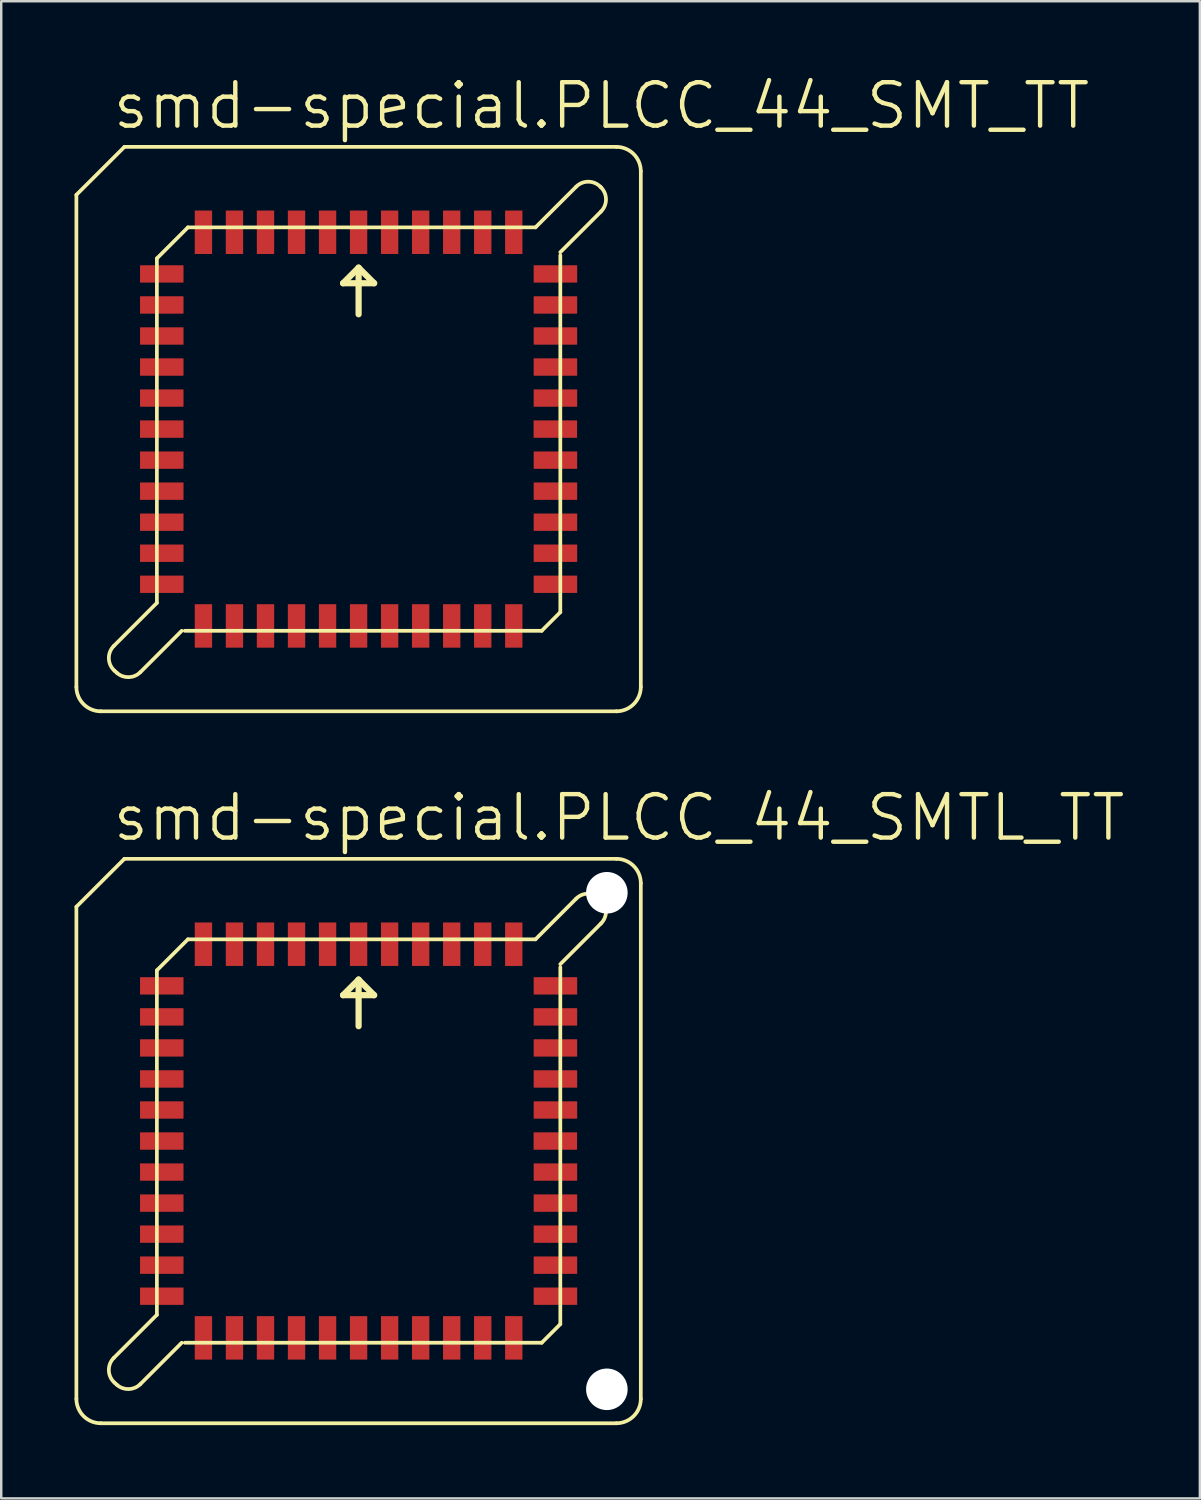
<source format=kicad_pcb>
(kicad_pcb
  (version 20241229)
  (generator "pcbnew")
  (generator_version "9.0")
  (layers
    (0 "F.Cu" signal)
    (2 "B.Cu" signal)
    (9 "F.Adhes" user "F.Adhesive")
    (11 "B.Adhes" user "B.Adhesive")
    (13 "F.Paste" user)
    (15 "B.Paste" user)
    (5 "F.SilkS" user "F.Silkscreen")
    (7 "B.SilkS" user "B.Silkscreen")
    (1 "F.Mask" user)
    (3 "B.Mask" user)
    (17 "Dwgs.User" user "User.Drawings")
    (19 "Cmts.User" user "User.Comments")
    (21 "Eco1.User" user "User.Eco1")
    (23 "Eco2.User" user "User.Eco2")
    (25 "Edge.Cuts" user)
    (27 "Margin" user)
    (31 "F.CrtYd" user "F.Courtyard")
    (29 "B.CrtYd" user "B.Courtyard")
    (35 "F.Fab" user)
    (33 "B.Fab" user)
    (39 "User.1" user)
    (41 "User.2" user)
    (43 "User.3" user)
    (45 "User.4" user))
  (footprint "smd-special.PLCC_44_SMTL_TT"
    (layer "F.Cu")
    (at 11.625 43.645)
    (property "Reference" "smd-special.PLCC_44_SMTL_TT" (at -10.16 -12.192 0) (layer "F.SilkS") (effects (font (size 1.778 1.778) (thickness 0.18)) (justify left bottom)))
    (attr smd)
    (fp_line (start -11.549 -9.587) (end -11.549 10.549) (stroke (width 0.152) (type default)) (layer "F.SilkS"))
    (fp_line (start -10.549 11.549) (end 10.549 11.549) (stroke (width 0.152) (type default)) (layer "F.SilkS"))
    (fp_line (start -10.016 8.873) (end -8.255 7.112) (stroke (width 0.152) (type default)) (layer "F.SilkS"))
    (fp_line (start -9.891 9.976) (end -9.986 9.891) (stroke (width 0.152) (type default)) (layer "F.SilkS"))
    (fp_line (start -9.583 -11.549) (end -11.549 -9.587) (stroke (width 0.152) (type default)) (layer "F.SilkS"))
    (fp_line (start -8.255 -6.985) (end -8.255 7.112) (stroke (width 0.152) (type default)) (layer "F.SilkS"))
    (fp_line (start -7.239 8.255) (end -8.931 9.947) (stroke (width 0.152) (type default)) (layer "F.SilkS"))
    (fp_line (start -7.112 8.255) (end 7.493 8.255) (stroke (width 0.152) (type default)) (layer "F.SilkS"))
    (fp_line (start -6.985 -8.255) (end -8.255 -6.985) (stroke (width 0.152) (type default)) (layer "F.SilkS"))
    (fp_line (start -6.985 -8.255) (end 7.239 -8.255) (stroke (width 0.152) (type default)) (layer "F.SilkS"))
    (fp_line (start -0.635 -5.969) (end 0 -6.604) (stroke (width 0.254) (type default)) (layer "F.SilkS"))
    (fp_line (start 0 -6.604) (end 0 -4.699) (stroke (width 0.254) (type default)) (layer "F.SilkS"))
    (fp_line (start 0 -6.604) (end 0.635 -5.969) (stroke (width 0.254) (type default)) (layer "F.SilkS"))
    (fp_line (start 0.635 -5.969) (end -0.635 -5.969) (stroke (width 0.254) (type default)) (layer "F.SilkS"))
    (fp_line (start 8.255 -7.239) (end 9.919 -8.903) (stroke (width 0.152) (type default)) (layer "F.SilkS"))
    (fp_line (start 8.255 -7.112) (end 8.255 7.493) (stroke (width 0.152) (type default)) (layer "F.SilkS"))
    (fp_line (start 8.255 7.493) (end 7.493 8.255) (stroke (width 0.152) (type default)) (layer "F.SilkS"))
    (fp_line (start 8.903 -9.919) (end 7.239 -8.255) (stroke (width 0.152) (type default)) (layer "F.SilkS"))
    (fp_line (start 9.919 -9.893) (end 9.893 -9.919) (stroke (width 0.152) (type default)) (layer "F.SilkS"))
    (fp_line (start 10.549 -11.549) (end -9.583 -11.549) (stroke (width 0.152) (type default)) (layer "F.SilkS"))
    (fp_line (start 11.549 10.549) (end 11.549 -10.549) (stroke (width 0.152) (type default)) (layer "F.SilkS"))
    (fp_arc (start -10.549 11.549) (mid -11.256107 11.256107) (end -11.549 10.549) (stroke (width 0.1524) (type default)) (layer "F.SilkS"))
    (fp_arc (start -9.9861 9.8912) (mid -10.220734 9.388622) (end -10.0161 8.8731) (stroke (width 0.1524) (type default)) (layer "F.SilkS"))
    (fp_arc (start -8.9313 9.9473) (mid -9.405713 10.151594) (end -9.8913 9.9755) (stroke (width 0.1524) (type default)) (layer "F.SilkS"))
    (fp_arc (start 8.903 -9.919) (mid 9.398 -10.124036) (end 9.893 -9.919) (stroke (width 0.1524) (type default)) (layer "F.SilkS"))
    (fp_arc (start 9.919 -9.893) (mid 10.124036 -9.398) (end 9.919 -8.903) (stroke (width 0.1524) (type default)) (layer "F.SilkS"))
    (fp_arc (start 10.549 -11.549) (mid 11.256107 -11.256107) (end 11.549 -10.549) (stroke (width 0.1524) (type default)) (layer "F.SilkS"))
    (fp_arc (start 11.549 10.549) (mid 11.256107 11.256107) (end 10.549 11.549) (stroke (width 0.1524) (type default)) (layer "F.SilkS"))
    (pad "" np_thru_hole circle (at 10.16 -10.16) (size 1.7 1.7) (drill 1.7) (layers "*.Cu" "*.Mask"))
    (pad "" np_thru_hole circle (at 10.16 10.16) (size 1.7 1.7) (drill 1.7) (layers "*.Cu" "*.Mask"))
    (pad "1" smd roundrect (at 0 -8.055) (size 0.71 1.78) (layers "F.Cu" "F.Mask" "F.Paste") (roundrect_rratio 0.01))
    (pad "2" smd roundrect (at -1.27 -8.055) (size 0.71 1.78) (layers "F.Cu" "F.Mask" "F.Paste") (roundrect_rratio 0.01))
    (pad "3" smd roundrect (at -2.54 -8.055) (size 0.71 1.78) (layers "F.Cu" "F.Mask" "F.Paste") (roundrect_rratio 0.01))
    (pad "4" smd roundrect (at -3.81 -8.055) (size 0.71 1.78) (layers "F.Cu" "F.Mask" "F.Paste") (roundrect_rratio 0.01))
    (pad "5" smd roundrect (at -5.08 -8.055) (size 0.71 1.78) (layers "F.Cu" "F.Mask" "F.Paste") (roundrect_rratio 0.01))
    (pad "6" smd roundrect (at -6.35 -8.055) (size 0.71 1.78) (layers "F.Cu" "F.Mask" "F.Paste") (roundrect_rratio 0.01))
    (pad "7" smd roundrect (at -8.055 -6.35) (size 1.78 0.71) (layers "F.Cu" "F.Mask" "F.Paste") (roundrect_rratio 0.01))
    (pad "8" smd roundrect (at -8.055 -5.08) (size 1.78 0.71) (layers "F.Cu" "F.Mask" "F.Paste") (roundrect_rratio 0.01))
    (pad "9" smd roundrect (at -8.055 -3.81) (size 1.78 0.71) (layers "F.Cu" "F.Mask" "F.Paste") (roundrect_rratio 0.01))
    (pad "10" smd roundrect (at -8.055 -2.54) (size 1.78 0.71) (layers "F.Cu" "F.Mask" "F.Paste") (roundrect_rratio 0.01))
    (pad "11" smd roundrect (at -8.055 -1.27) (size 1.78 0.71) (layers "F.Cu" "F.Mask" "F.Paste") (roundrect_rratio 0.01))
    (pad "12" smd roundrect (at -8.055 0) (size 1.78 0.71) (layers "F.Cu" "F.Mask" "F.Paste") (roundrect_rratio 0.01))
    (pad "13" smd roundrect (at -8.055 1.27) (size 1.78 0.71) (layers "F.Cu" "F.Mask" "F.Paste") (roundrect_rratio 0.01))
    (pad "14" smd roundrect (at -8.055 2.54) (size 1.78 0.71) (layers "F.Cu" "F.Mask" "F.Paste") (roundrect_rratio 0.01))
    (pad "15" smd roundrect (at -8.055 3.81) (size 1.78 0.71) (layers "F.Cu" "F.Mask" "F.Paste") (roundrect_rratio 0.01))
    (pad "16" smd roundrect (at -8.055 5.08) (size 1.78 0.71) (layers "F.Cu" "F.Mask" "F.Paste") (roundrect_rratio 0.01))
    (pad "17" smd roundrect (at -8.055 6.35) (size 1.78 0.71) (layers "F.Cu" "F.Mask" "F.Paste") (roundrect_rratio 0.01))
    (pad "18" smd roundrect (at -6.35 8.055) (size 0.71 1.78) (layers "F.Cu" "F.Mask" "F.Paste") (roundrect_rratio 0.01))
    (pad "19" smd roundrect (at -5.08 8.055) (size 0.71 1.78) (layers "F.Cu" "F.Mask" "F.Paste") (roundrect_rratio 0.01))
    (pad "20" smd roundrect (at -3.81 8.055) (size 0.71 1.78) (layers "F.Cu" "F.Mask" "F.Paste") (roundrect_rratio 0.01))
    (pad "21" smd roundrect (at -2.54 8.055) (size 0.71 1.78) (layers "F.Cu" "F.Mask" "F.Paste") (roundrect_rratio 0.01))
    (pad "22" smd roundrect (at -1.27 8.055) (size 0.71 1.78) (layers "F.Cu" "F.Mask" "F.Paste") (roundrect_rratio 0.01))
    (pad "23" smd roundrect (at 0 8.055) (size 0.71 1.78) (layers "F.Cu" "F.Mask" "F.Paste") (roundrect_rratio 0.01))
    (pad "24" smd roundrect (at 1.27 8.055) (size 0.71 1.78) (layers "F.Cu" "F.Mask" "F.Paste") (roundrect_rratio 0.01))
    (pad "25" smd roundrect (at 2.54 8.055) (size 0.71 1.78) (layers "F.Cu" "F.Mask" "F.Paste") (roundrect_rratio 0.01))
    (pad "26" smd roundrect (at 3.81 8.055) (size 0.71 1.78) (layers "F.Cu" "F.Mask" "F.Paste") (roundrect_rratio 0.01))
    (pad "27" smd roundrect (at 5.08 8.055) (size 0.71 1.78) (layers "F.Cu" "F.Mask" "F.Paste") (roundrect_rratio 0.01))
    (pad "28" smd roundrect (at 6.35 8.055) (size 0.71 1.78) (layers "F.Cu" "F.Mask" "F.Paste") (roundrect_rratio 0.01))
    (pad "29" smd roundrect (at 8.055 6.35) (size 1.78 0.71) (layers "F.Cu" "F.Mask" "F.Paste") (roundrect_rratio 0.01))
    (pad "30" smd roundrect (at 8.055 5.08) (size 1.78 0.71) (layers "F.Cu" "F.Mask" "F.Paste") (roundrect_rratio 0.01))
    (pad "31" smd roundrect (at 8.055 3.81) (size 1.78 0.71) (layers "F.Cu" "F.Mask" "F.Paste") (roundrect_rratio 0.01))
    (pad "32" smd roundrect (at 8.055 2.54) (size 1.78 0.71) (layers "F.Cu" "F.Mask" "F.Paste") (roundrect_rratio 0.01))
    (pad "33" smd roundrect (at 8.055 1.27) (size 1.78 0.71) (layers "F.Cu" "F.Mask" "F.Paste") (roundrect_rratio 0.01))
    (pad "34" smd roundrect (at 8.052 0) (size 1.78 0.71) (layers "F.Cu" "F.Mask" "F.Paste") (roundrect_rratio 0.01))
    (pad "35" smd roundrect (at 8.055 -1.27) (size 1.78 0.71) (layers "F.Cu" "F.Mask" "F.Paste") (roundrect_rratio 0.01))
    (pad "36" smd roundrect (at 8.055 -2.54) (size 1.78 0.71) (layers "F.Cu" "F.Mask" "F.Paste") (roundrect_rratio 0.01))
    (pad "37" smd roundrect (at 8.055 -3.81) (size 1.78 0.71) (layers "F.Cu" "F.Mask" "F.Paste") (roundrect_rratio 0.01))
    (pad "38" smd roundrect (at 8.055 -5.08) (size 1.78 0.71) (layers "F.Cu" "F.Mask" "F.Paste") (roundrect_rratio 0.01))
    (pad "39" smd roundrect (at 8.055 -6.35) (size 1.78 0.71) (layers "F.Cu" "F.Mask" "F.Paste") (roundrect_rratio 0.01))
    (pad "40" smd roundrect (at 6.35 -8.055) (size 0.71 1.78) (layers "F.Cu" "F.Mask" "F.Paste") (roundrect_rratio 0.01))
    (pad "41" smd roundrect (at 5.08 -8.055) (size 0.71 1.78) (layers "F.Cu" "F.Mask" "F.Paste") (roundrect_rratio 0.01))
    (pad "42" smd roundrect (at 3.81 -8.055) (size 0.71 1.78) (layers "F.Cu" "F.Mask" "F.Paste") (roundrect_rratio 0.01))
    (pad "43" smd roundrect (at 2.54 -8.055) (size 0.71 1.78) (layers "F.Cu" "F.Mask" "F.Paste") (roundrect_rratio 0.01))
    (pad "44" smd roundrect (at 1.27 -8.055) (size 0.71 1.78) (layers "F.Cu" "F.Mask" "F.Paste") (roundrect_rratio 0.01)))
  (footprint "smd-special.PLCC_44_SMT_TT"
    (layer "F.Cu")
    (at 11.625 14.51)
    (property "Reference" "smd-special.PLCC_44_SMT_TT" (at -10.16 -12.192 0) (layer "F.SilkS") (effects (font (size 1.778 1.778) (thickness 0.18)) (justify left bottom)))
    (attr smd)
    (fp_line (start -11.549 -9.587) (end -11.549 10.549) (stroke (width 0.152) (type default)) (layer "F.SilkS"))
    (fp_line (start -10.549 11.549) (end 10.549 11.549) (stroke (width 0.152) (type default)) (layer "F.SilkS"))
    (fp_line (start -10.016 8.873) (end -8.255 7.112) (stroke (width 0.152) (type default)) (layer "F.SilkS"))
    (fp_line (start -9.891 9.976) (end -9.986 9.891) (stroke (width 0.152) (type default)) (layer "F.SilkS"))
    (fp_line (start -9.583 -11.549) (end -11.549 -9.587) (stroke (width 0.152) (type default)) (layer "F.SilkS"))
    (fp_line (start -8.255 -6.985) (end -8.255 7.112) (stroke (width 0.152) (type default)) (layer "F.SilkS"))
    (fp_line (start -7.239 8.255) (end -8.931 9.947) (stroke (width 0.152) (type default)) (layer "F.SilkS"))
    (fp_line (start -7.112 8.255) (end 7.493 8.255) (stroke (width 0.152) (type default)) (layer "F.SilkS"))
    (fp_line (start -6.985 -8.255) (end -8.255 -6.985) (stroke (width 0.152) (type default)) (layer "F.SilkS"))
    (fp_line (start -6.985 -8.255) (end 7.239 -8.255) (stroke (width 0.152) (type default)) (layer "F.SilkS"))
    (fp_line (start -0.635 -5.969) (end 0 -6.604) (stroke (width 0.254) (type default)) (layer "F.SilkS"))
    (fp_line (start 0 -6.604) (end 0 -4.699) (stroke (width 0.254) (type default)) (layer "F.SilkS"))
    (fp_line (start 0 -6.604) (end 0.635 -5.969) (stroke (width 0.254) (type default)) (layer "F.SilkS"))
    (fp_line (start 0.635 -5.969) (end -0.635 -5.969) (stroke (width 0.254) (type default)) (layer "F.SilkS"))
    (fp_line (start 8.255 -7.239) (end 9.919 -8.903) (stroke (width 0.152) (type default)) (layer "F.SilkS"))
    (fp_line (start 8.255 -7.112) (end 8.255 7.493) (stroke (width 0.152) (type default)) (layer "F.SilkS"))
    (fp_line (start 8.255 7.493) (end 7.493 8.255) (stroke (width 0.152) (type default)) (layer "F.SilkS"))
    (fp_line (start 8.903 -9.919) (end 7.239 -8.255) (stroke (width 0.152) (type default)) (layer "F.SilkS"))
    (fp_line (start 9.919 -9.893) (end 9.893 -9.919) (stroke (width 0.152) (type default)) (layer "F.SilkS"))
    (fp_line (start 10.549 -11.549) (end -9.583 -11.549) (stroke (width 0.152) (type default)) (layer "F.SilkS"))
    (fp_line (start 11.549 10.549) (end 11.549 -10.549) (stroke (width 0.152) (type default)) (layer "F.SilkS"))
    (fp_arc (start -10.549 11.549) (mid -11.256107 11.256107) (end -11.549 10.549) (stroke (width 0.1524) (type default)) (layer "F.SilkS"))
    (fp_arc (start -9.9861 9.8912) (mid -10.220734 9.388622) (end -10.0161 8.8731) (stroke (width 0.1524) (type default)) (layer "F.SilkS"))
    (fp_arc (start -8.9313 9.9473) (mid -9.405701 10.152002) (end -9.8913 9.9755) (stroke (width 0.1524) (type default)) (layer "F.SilkS"))
    (fp_arc (start 8.903 -9.919) (mid 9.398 -10.124036) (end 9.893 -9.919) (stroke (width 0.1524) (type default)) (layer "F.SilkS"))
    (fp_arc (start 9.919 -9.893) (mid 10.124036 -9.398) (end 9.919 -8.903) (stroke (width 0.1524) (type default)) (layer "F.SilkS"))
    (fp_arc (start 10.549 -11.549) (mid 11.256107 -11.256107) (end 11.549 -10.549) (stroke (width 0.1524) (type default)) (layer "F.SilkS"))
    (fp_arc (start 11.549 10.549) (mid 11.256107 11.256107) (end 10.549 11.549) (stroke (width 0.1524) (type default)) (layer "F.SilkS"))
    (pad "1" smd roundrect (at 0 -8.055) (size 0.71 1.78) (layers "F.Cu" "F.Mask" "F.Paste") (roundrect_rratio 0.01))
    (pad "2" smd roundrect (at -1.27 -8.055) (size 0.71 1.78) (layers "F.Cu" "F.Mask" "F.Paste") (roundrect_rratio 0.01))
    (pad "3" smd roundrect (at -2.54 -8.055) (size 0.71 1.78) (layers "F.Cu" "F.Mask" "F.Paste") (roundrect_rratio 0.01))
    (pad "4" smd roundrect (at -3.81 -8.055) (size 0.71 1.78) (layers "F.Cu" "F.Mask" "F.Paste") (roundrect_rratio 0.01))
    (pad "5" smd roundrect (at -5.08 -8.055) (size 0.71 1.78) (layers "F.Cu" "F.Mask" "F.Paste") (roundrect_rratio 0.01))
    (pad "6" smd roundrect (at -6.35 -8.055) (size 0.71 1.78) (layers "F.Cu" "F.Mask" "F.Paste") (roundrect_rratio 0.01))
    (pad "7" smd roundrect (at -8.055 -6.35) (size 1.78 0.71) (layers "F.Cu" "F.Mask" "F.Paste") (roundrect_rratio 0.01))
    (pad "8" smd roundrect (at -8.055 -5.08) (size 1.78 0.71) (layers "F.Cu" "F.Mask" "F.Paste") (roundrect_rratio 0.01))
    (pad "9" smd roundrect (at -8.055 -3.81) (size 1.78 0.71) (layers "F.Cu" "F.Mask" "F.Paste") (roundrect_rratio 0.01))
    (pad "10" smd roundrect (at -8.055 -2.54) (size 1.78 0.71) (layers "F.Cu" "F.Mask" "F.Paste") (roundrect_rratio 0.01))
    (pad "11" smd roundrect (at -8.055 -1.27) (size 1.78 0.71) (layers "F.Cu" "F.Mask" "F.Paste") (roundrect_rratio 0.01))
    (pad "12" smd roundrect (at -8.055 0) (size 1.78 0.71) (layers "F.Cu" "F.Mask" "F.Paste") (roundrect_rratio 0.01))
    (pad "13" smd roundrect (at -8.055 1.27) (size 1.78 0.71) (layers "F.Cu" "F.Mask" "F.Paste") (roundrect_rratio 0.01))
    (pad "14" smd roundrect (at -8.055 2.54) (size 1.78 0.71) (layers "F.Cu" "F.Mask" "F.Paste") (roundrect_rratio 0.01))
    (pad "15" smd roundrect (at -8.055 3.81) (size 1.78 0.71) (layers "F.Cu" "F.Mask" "F.Paste") (roundrect_rratio 0.01))
    (pad "16" smd roundrect (at -8.055 5.08) (size 1.78 0.71) (layers "F.Cu" "F.Mask" "F.Paste") (roundrect_rratio 0.01))
    (pad "17" smd roundrect (at -8.055 6.35) (size 1.78 0.71) (layers "F.Cu" "F.Mask" "F.Paste") (roundrect_rratio 0.01))
    (pad "18" smd roundrect (at -6.35 8.055) (size 0.71 1.78) (layers "F.Cu" "F.Mask" "F.Paste") (roundrect_rratio 0.01))
    (pad "19" smd roundrect (at -5.08 8.055) (size 0.71 1.78) (layers "F.Cu" "F.Mask" "F.Paste") (roundrect_rratio 0.01))
    (pad "20" smd roundrect (at -3.81 8.055) (size 0.71 1.78) (layers "F.Cu" "F.Mask" "F.Paste") (roundrect_rratio 0.01))
    (pad "21" smd roundrect (at -2.54 8.055) (size 0.71 1.78) (layers "F.Cu" "F.Mask" "F.Paste") (roundrect_rratio 0.01))
    (pad "22" smd roundrect (at -1.27 8.055) (size 0.71 1.78) (layers "F.Cu" "F.Mask" "F.Paste") (roundrect_rratio 0.01))
    (pad "23" smd roundrect (at 0 8.055) (size 0.71 1.78) (layers "F.Cu" "F.Mask" "F.Paste") (roundrect_rratio 0.01))
    (pad "24" smd roundrect (at 1.27 8.055) (size 0.71 1.78) (layers "F.Cu" "F.Mask" "F.Paste") (roundrect_rratio 0.01))
    (pad "25" smd roundrect (at 2.54 8.055) (size 0.71 1.78) (layers "F.Cu" "F.Mask" "F.Paste") (roundrect_rratio 0.01))
    (pad "26" smd roundrect (at 3.81 8.055) (size 0.71 1.78) (layers "F.Cu" "F.Mask" "F.Paste") (roundrect_rratio 0.01))
    (pad "27" smd roundrect (at 5.08 8.055) (size 0.71 1.78) (layers "F.Cu" "F.Mask" "F.Paste") (roundrect_rratio 0.01))
    (pad "28" smd roundrect (at 6.35 8.055) (size 0.71 1.78) (layers "F.Cu" "F.Mask" "F.Paste") (roundrect_rratio 0.01))
    (pad "29" smd roundrect (at 8.055 6.35) (size 1.78 0.71) (layers "F.Cu" "F.Mask" "F.Paste") (roundrect_rratio 0.01))
    (pad "30" smd roundrect (at 8.055 5.08) (size 1.78 0.71) (layers "F.Cu" "F.Mask" "F.Paste") (roundrect_rratio 0.01))
    (pad "31" smd roundrect (at 8.055 3.81) (size 1.78 0.71) (layers "F.Cu" "F.Mask" "F.Paste") (roundrect_rratio 0.01))
    (pad "32" smd roundrect (at 8.055 2.54) (size 1.78 0.71) (layers "F.Cu" "F.Mask" "F.Paste") (roundrect_rratio 0.01))
    (pad "33" smd roundrect (at 8.055 1.27) (size 1.78 0.71) (layers "F.Cu" "F.Mask" "F.Paste") (roundrect_rratio 0.01))
    (pad "34" smd roundrect (at 8.052 0) (size 1.78 0.71) (layers "F.Cu" "F.Mask" "F.Paste") (roundrect_rratio 0.01))
    (pad "35" smd roundrect (at 8.055 -1.27) (size 1.78 0.71) (layers "F.Cu" "F.Mask" "F.Paste") (roundrect_rratio 0.01))
    (pad "36" smd roundrect (at 8.055 -2.54) (size 1.78 0.71) (layers "F.Cu" "F.Mask" "F.Paste") (roundrect_rratio 0.01))
    (pad "37" smd roundrect (at 8.055 -3.81) (size 1.78 0.71) (layers "F.Cu" "F.Mask" "F.Paste") (roundrect_rratio 0.01))
    (pad "38" smd roundrect (at 8.055 -5.08) (size 1.78 0.71) (layers "F.Cu" "F.Mask" "F.Paste") (roundrect_rratio 0.01))
    (pad "39" smd roundrect (at 8.055 -6.35) (size 1.78 0.71) (layers "F.Cu" "F.Mask" "F.Paste") (roundrect_rratio 0.01))
    (pad "40" smd roundrect (at 6.35 -8.055) (size 0.71 1.78) (layers "F.Cu" "F.Mask" "F.Paste") (roundrect_rratio 0.01))
    (pad "41" smd roundrect (at 5.08 -8.055) (size 0.71 1.78) (layers "F.Cu" "F.Mask" "F.Paste") (roundrect_rratio 0.01))
    (pad "42" smd roundrect (at 3.81 -8.055) (size 0.71 1.78) (layers "F.Cu" "F.Mask" "F.Paste") (roundrect_rratio 0.01))
    (pad "43" smd roundrect (at 2.54 -8.055) (size 0.71 1.78) (layers "F.Cu" "F.Mask" "F.Paste") (roundrect_rratio 0.01))
    (pad "44" smd roundrect (at 1.27 -8.055) (size 0.71 1.78) (layers "F.Cu" "F.Mask" "F.Paste") (roundrect_rratio 0.01)))
  (gr_rect
    (start -3 -3)
    (end 46.052 58.27)
    (stroke (width 0.1) (type default))
    (fill no)
    (layer "Edge.Cuts")))
</source>
